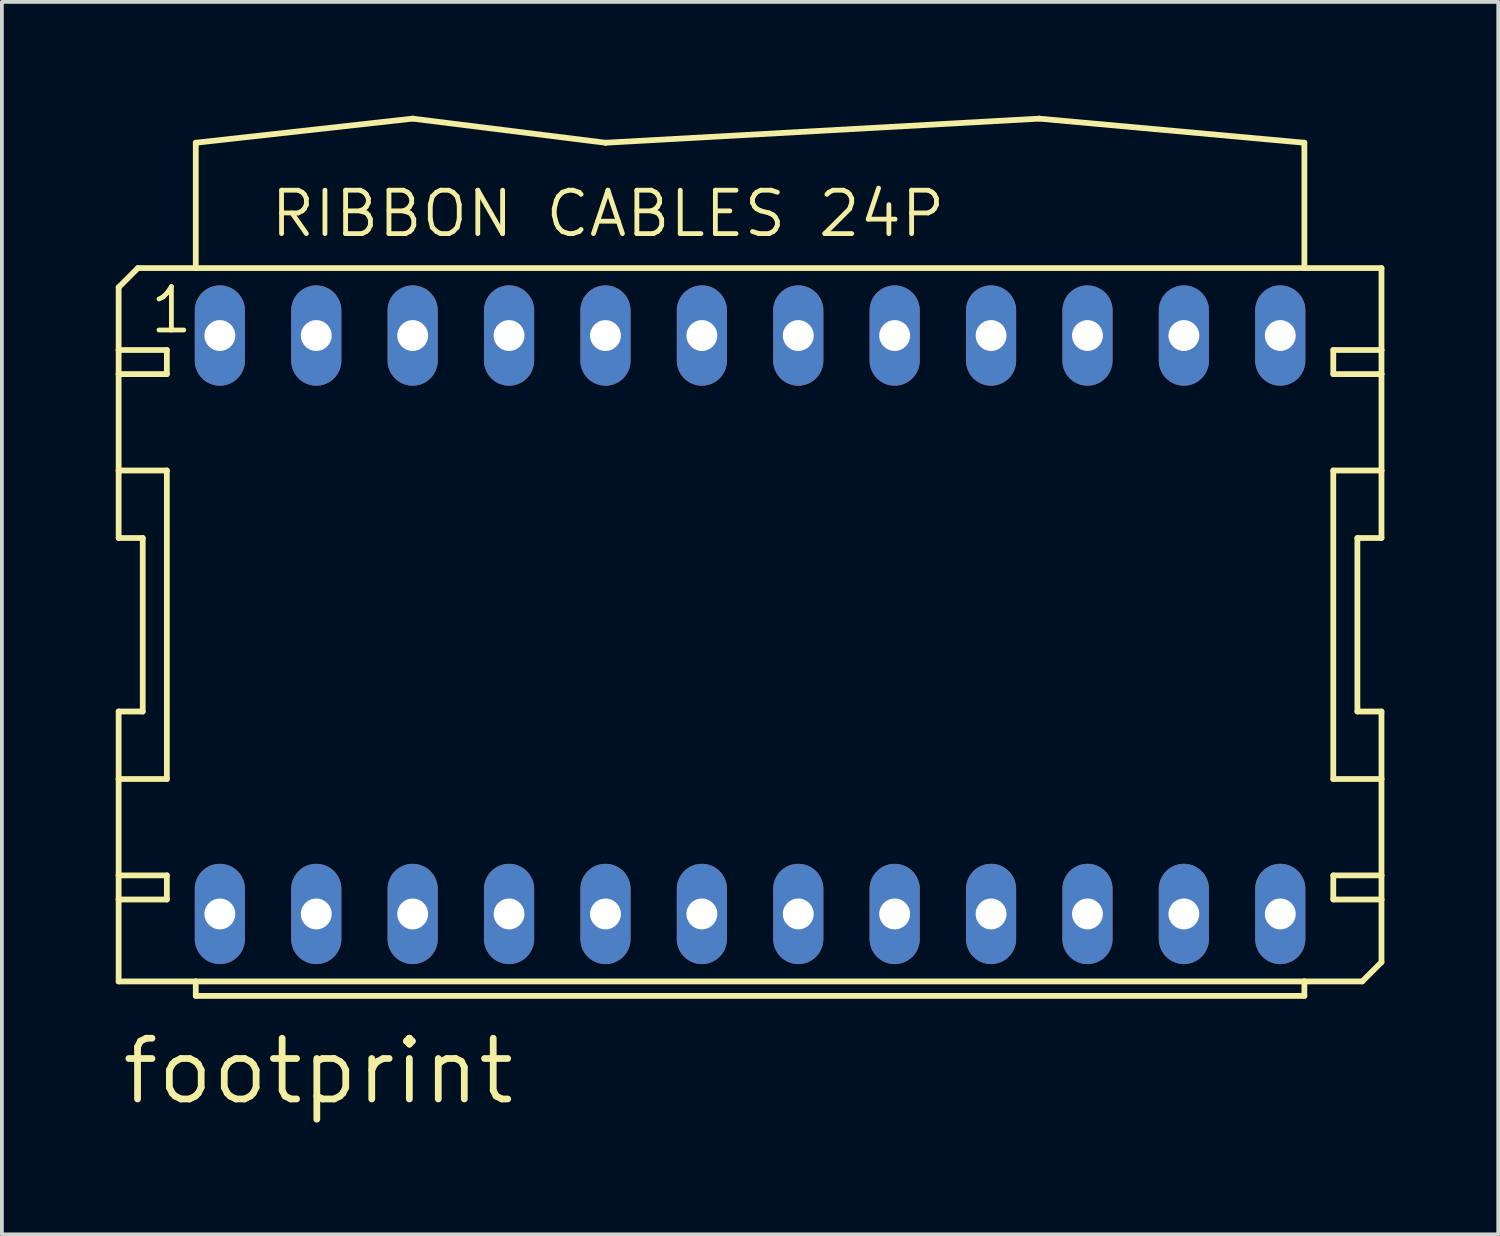
<source format=kicad_pcb>
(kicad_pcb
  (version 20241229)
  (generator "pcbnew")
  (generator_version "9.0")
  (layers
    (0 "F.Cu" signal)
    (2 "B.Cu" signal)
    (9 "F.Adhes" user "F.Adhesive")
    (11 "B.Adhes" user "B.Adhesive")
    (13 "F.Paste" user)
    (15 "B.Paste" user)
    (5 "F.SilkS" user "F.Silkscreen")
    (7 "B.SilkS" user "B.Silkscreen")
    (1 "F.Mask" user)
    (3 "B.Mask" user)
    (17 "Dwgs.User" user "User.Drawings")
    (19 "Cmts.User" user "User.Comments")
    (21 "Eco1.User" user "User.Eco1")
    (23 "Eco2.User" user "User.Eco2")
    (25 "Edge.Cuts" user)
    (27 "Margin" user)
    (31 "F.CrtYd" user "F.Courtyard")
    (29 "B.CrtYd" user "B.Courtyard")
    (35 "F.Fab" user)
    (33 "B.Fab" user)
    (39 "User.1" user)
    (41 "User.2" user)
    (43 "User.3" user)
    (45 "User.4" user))
  (footprint "footprint"
    (layer "F.Cu")
    (at 16.713 13.411)
    (property "Reference" "footprint" (at -16.637 12.7 0) (layer "F.SilkS") (effects (font (size 1.6 1.6) (thickness 0.178)) (justify left bottom)))
    (fp_line (start -16.637 -8.89) (end -16.637 -7.239) (stroke (width 0.152) (type solid)) (layer "F.SilkS"))
    (fp_line (start -16.637 -7.239) (end -15.367 -7.239) (stroke (width 0.152) (type solid)) (layer "F.SilkS"))
    (fp_line (start -16.637 -6.604) (end -16.637 -7.239) (stroke (width 0.152) (type solid)) (layer "F.SilkS"))
    (fp_line (start -16.637 -6.604) (end -16.637 -4.064) (stroke (width 0.152) (type solid)) (layer "F.SilkS"))
    (fp_line (start -16.637 -6.604) (end -15.367 -6.604) (stroke (width 0.152) (type solid)) (layer "F.SilkS"))
    (fp_line (start -16.637 -4.064) (end -16.637 -2.286) (stroke (width 0.152) (type solid)) (layer "F.SilkS"))
    (fp_line (start -16.637 -4.064) (end -15.367 -4.064) (stroke (width 0.152) (type solid)) (layer "F.SilkS"))
    (fp_line (start -16.637 -2.286) (end -16.002 -2.286) (stroke (width 0.152) (type solid)) (layer "F.SilkS"))
    (fp_line (start -16.637 2.286) (end -16.637 4.064) (stroke (width 0.152) (type solid)) (layer "F.SilkS"))
    (fp_line (start -16.637 4.064) (end -16.637 6.604) (stroke (width 0.152) (type solid)) (layer "F.SilkS"))
    (fp_line (start -16.637 6.604) (end -16.637 7.239) (stroke (width 0.152) (type solid)) (layer "F.SilkS"))
    (fp_line (start -16.637 6.604) (end -15.367 6.604) (stroke (width 0.152) (type solid)) (layer "F.SilkS"))
    (fp_line (start -16.637 7.239) (end -16.637 9.398) (stroke (width 0.152) (type solid)) (layer "F.SilkS"))
    (fp_line (start -16.129 -9.398) (end -16.637 -8.89) (stroke (width 0.152) (type solid)) (layer "F.SilkS"))
    (fp_line (start -16.129 -9.398) (end -14.605 -9.398) (stroke (width 0.152) (type solid)) (layer "F.SilkS"))
    (fp_line (start -16.002 2.286) (end -16.637 2.286) (stroke (width 0.152) (type solid)) (layer "F.SilkS"))
    (fp_line (start -16.002 2.286) (end -16.002 -2.286) (stroke (width 0.152) (type solid)) (layer "F.SilkS"))
    (fp_line (start -15.367 -6.604) (end -15.367 -7.239) (stroke (width 0.152) (type solid)) (layer "F.SilkS"))
    (fp_line (start -15.367 4.064) (end -16.637 4.064) (stroke (width 0.152) (type solid)) (layer "F.SilkS"))
    (fp_line (start -15.367 4.064) (end -15.367 -4.064) (stroke (width 0.152) (type solid)) (layer "F.SilkS"))
    (fp_line (start -15.367 7.239) (end -16.637 7.239) (stroke (width 0.152) (type solid)) (layer "F.SilkS"))
    (fp_line (start -15.367 7.239) (end -15.367 6.604) (stroke (width 0.152) (type solid)) (layer "F.SilkS"))
    (fp_line (start -14.605 -12.7) (end -14.605 -9.398) (stroke (width 0.152) (type solid)) (layer "F.SilkS"))
    (fp_line (start -14.605 -12.7) (end -8.89 -13.335) (stroke (width 0.152) (type solid)) (layer "F.SilkS"))
    (fp_line (start -14.605 -9.398) (end 14.605 -9.398) (stroke (width 0.152) (type solid)) (layer "F.SilkS"))
    (fp_line (start -14.605 9.398) (end -16.637 9.398) (stroke (width 0.152) (type solid)) (layer "F.SilkS"))
    (fp_line (start -14.605 9.779) (end -14.605 9.398) (stroke (width 0.152) (type solid)) (layer "F.SilkS"))
    (fp_line (start -14.605 9.779) (end 14.605 9.779) (stroke (width 0.152) (type solid)) (layer "F.SilkS"))
    (fp_line (start -8.89 -13.335) (end -3.81 -12.7) (stroke (width 0.152) (type solid)) (layer "F.SilkS"))
    (fp_line (start -3.81 -12.7) (end 7.62 -13.335) (stroke (width 0.152) (type solid)) (layer "F.SilkS"))
    (fp_line (start 7.62 -13.335) (end 14.605 -12.7) (stroke (width 0.152) (type solid)) (layer "F.SilkS"))
    (fp_line (start 14.605 -12.7) (end 14.605 -9.398) (stroke (width 0.152) (type solid)) (layer "F.SilkS"))
    (fp_line (start 14.605 -9.398) (end 16.637 -9.398) (stroke (width 0.152) (type solid)) (layer "F.SilkS"))
    (fp_line (start 14.605 9.398) (end -14.605 9.398) (stroke (width 0.152) (type solid)) (layer "F.SilkS"))
    (fp_line (start 14.605 9.398) (end 14.605 9.779) (stroke (width 0.152) (type solid)) (layer "F.SilkS"))
    (fp_line (start 15.367 -7.239) (end 15.367 -6.604) (stroke (width 0.152) (type solid)) (layer "F.SilkS"))
    (fp_line (start 15.367 -7.239) (end 16.637 -7.239) (stroke (width 0.152) (type solid)) (layer "F.SilkS"))
    (fp_line (start 15.367 -4.064) (end 15.367 4.064) (stroke (width 0.152) (type solid)) (layer "F.SilkS"))
    (fp_line (start 15.367 -4.064) (end 16.637 -4.064) (stroke (width 0.152) (type solid)) (layer "F.SilkS"))
    (fp_line (start 15.367 6.604) (end 15.367 7.239) (stroke (width 0.152) (type solid)) (layer "F.SilkS"))
    (fp_line (start 15.367 6.604) (end 16.637 6.604) (stroke (width 0.152) (type solid)) (layer "F.SilkS"))
    (fp_line (start 16.002 -2.286) (end 16.002 2.286) (stroke (width 0.152) (type solid)) (layer "F.SilkS"))
    (fp_line (start 16.002 -2.286) (end 16.637 -2.286) (stroke (width 0.152) (type solid)) (layer "F.SilkS"))
    (fp_line (start 16.129 9.398) (end 14.605 9.398) (stroke (width 0.152) (type solid)) (layer "F.SilkS"))
    (fp_line (start 16.637 -9.398) (end 16.637 -7.239) (stroke (width 0.152) (type solid)) (layer "F.SilkS"))
    (fp_line (start 16.637 -7.239) (end 16.637 -6.604) (stroke (width 0.152) (type solid)) (layer "F.SilkS"))
    (fp_line (start 16.637 -6.604) (end 15.367 -6.604) (stroke (width 0.152) (type solid)) (layer "F.SilkS"))
    (fp_line (start 16.637 -6.604) (end 16.637 -4.064) (stroke (width 0.152) (type solid)) (layer "F.SilkS"))
    (fp_line (start 16.637 -4.064) (end 16.637 -2.286) (stroke (width 0.152) (type solid)) (layer "F.SilkS"))
    (fp_line (start 16.637 2.286) (end 16.002 2.286) (stroke (width 0.152) (type solid)) (layer "F.SilkS"))
    (fp_line (start 16.637 2.286) (end 16.637 4.064) (stroke (width 0.152) (type solid)) (layer "F.SilkS"))
    (fp_line (start 16.637 4.064) (end 15.367 4.064) (stroke (width 0.152) (type solid)) (layer "F.SilkS"))
    (fp_line (start 16.637 4.064) (end 16.637 6.604) (stroke (width 0.152) (type solid)) (layer "F.SilkS"))
    (fp_line (start 16.637 6.604) (end 16.637 7.239) (stroke (width 0.152) (type solid)) (layer "F.SilkS"))
    (fp_line (start 16.637 7.239) (end 15.367 7.239) (stroke (width 0.152) (type solid)) (layer "F.SilkS"))
    (fp_line (start 16.637 7.239) (end 16.637 8.89) (stroke (width 0.152) (type solid)) (layer "F.SilkS"))
    (fp_line (start 16.637 8.89) (end 16.129 9.398) (stroke (width 0.152) (type solid)) (layer "F.SilkS"))
    (fp_text user "RIBBON CABLES 24P" (at -12.7 -10.16 0) (layer "F.SilkS") (effects (font (size 1.143 1.143) (thickness 0.127)) (justify left bottom)))
    (fp_text user "1" (at -15.875 -7.62 0) (layer "F.SilkS") (effects (font (size 1.143 1.143) (thickness 0.127)) (justify left bottom)))
    (pad "1" thru_hole oval (at -13.97 -7.62 90) (size 2.642 1.321) (drill 0.813) (layers "*.Cu" "*.Mask"))
    (pad "2" thru_hole oval (at -13.97 7.62 90) (size 2.642 1.321) (drill 0.813) (layers "*.Cu" "*.Mask"))
    (pad "3" thru_hole oval (at -11.43 -7.62 90) (size 2.642 1.321) (drill 0.813) (layers "*.Cu" "*.Mask"))
    (pad "4" thru_hole oval (at -11.43 7.62 90) (size 2.642 1.321) (drill 0.813) (layers "*.Cu" "*.Mask"))
    (pad "5" thru_hole oval (at -8.89 -7.62 90) (size 2.642 1.321) (drill 0.813) (layers "*.Cu" "*.Mask"))
    (pad "6" thru_hole oval (at -8.89 7.62 90) (size 2.642 1.321) (drill 0.813) (layers "*.Cu" "*.Mask"))
    (pad "7" thru_hole oval (at -6.35 -7.62 90) (size 2.642 1.321) (drill 0.813) (layers "*.Cu" "*.Mask"))
    (pad "8" thru_hole oval (at -6.35 7.62 90) (size 2.642 1.321) (drill 0.813) (layers "*.Cu" "*.Mask"))
    (pad "9" thru_hole oval (at -3.81 -7.62 90) (size 2.642 1.321) (drill 0.813) (layers "*.Cu" "*.Mask"))
    (pad "10" thru_hole oval (at -3.81 7.62 90) (size 2.642 1.321) (drill 0.813) (layers "*.Cu" "*.Mask"))
    (pad "11" thru_hole oval (at -1.27 -7.62 90) (size 2.642 1.321) (drill 0.813) (layers "*.Cu" "*.Mask"))
    (pad "12" thru_hole oval (at -1.27 7.62 90) (size 2.642 1.321) (drill 0.813) (layers "*.Cu" "*.Mask"))
    (pad "13" thru_hole oval (at 1.27 -7.62 90) (size 2.642 1.321) (drill 0.813) (layers "*.Cu" "*.Mask"))
    (pad "14" thru_hole oval (at 1.27 7.62 90) (size 2.642 1.321) (drill 0.813) (layers "*.Cu" "*.Mask"))
    (pad "15" thru_hole oval (at 3.81 -7.62 90) (size 2.642 1.321) (drill 0.813) (layers "*.Cu" "*.Mask"))
    (pad "16" thru_hole oval (at 3.81 7.62 90) (size 2.642 1.321) (drill 0.813) (layers "*.Cu" "*.Mask"))
    (pad "17" thru_hole oval (at 6.35 -7.62 90) (size 2.642 1.321) (drill 0.813) (layers "*.Cu" "*.Mask"))
    (pad "18" thru_hole oval (at 6.35 7.62 90) (size 2.642 1.321) (drill 0.813) (layers "*.Cu" "*.Mask"))
    (pad "19" thru_hole oval (at 8.89 -7.62 90) (size 2.642 1.321) (drill 0.813) (layers "*.Cu" "*.Mask"))
    (pad "20" thru_hole oval (at 8.89 7.62 90) (size 2.642 1.321) (drill 0.813) (layers "*.Cu" "*.Mask"))
    (pad "21" thru_hole oval (at 11.43 -7.62 90) (size 2.642 1.321) (drill 0.813) (layers "*.Cu" "*.Mask"))
    (pad "22" thru_hole oval (at 11.43 7.62 90) (size 2.642 1.321) (drill 0.813) (layers "*.Cu" "*.Mask"))
    (pad "23" thru_hole oval (at 13.97 -7.62 90) (size 2.642 1.321) (drill 0.813) (layers "*.Cu" "*.Mask"))
    (pad "24" thru_hole oval (at 13.97 7.62 90) (size 2.642 1.321) (drill 0.813) (layers "*.Cu" "*.Mask")))
  (gr_rect
    (start -3 -3)
    (end 36.426 29.474)
    (stroke (width 0.1) (type default))
    (fill no)
    (layer "Edge.Cuts")))
</source>
